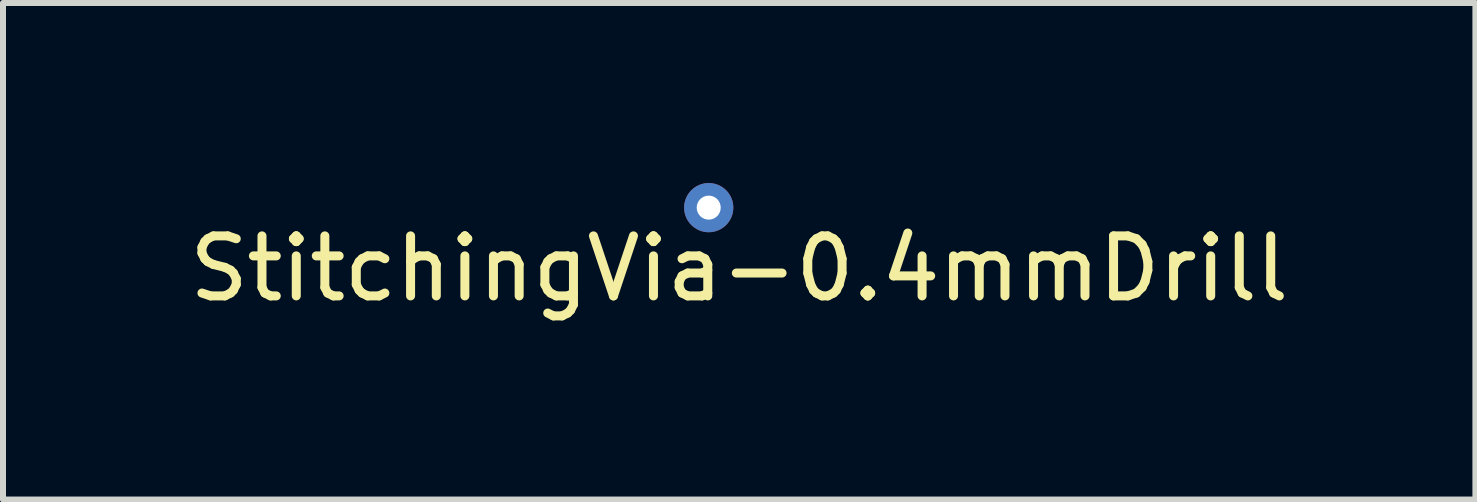
<source format=kicad_pcb>
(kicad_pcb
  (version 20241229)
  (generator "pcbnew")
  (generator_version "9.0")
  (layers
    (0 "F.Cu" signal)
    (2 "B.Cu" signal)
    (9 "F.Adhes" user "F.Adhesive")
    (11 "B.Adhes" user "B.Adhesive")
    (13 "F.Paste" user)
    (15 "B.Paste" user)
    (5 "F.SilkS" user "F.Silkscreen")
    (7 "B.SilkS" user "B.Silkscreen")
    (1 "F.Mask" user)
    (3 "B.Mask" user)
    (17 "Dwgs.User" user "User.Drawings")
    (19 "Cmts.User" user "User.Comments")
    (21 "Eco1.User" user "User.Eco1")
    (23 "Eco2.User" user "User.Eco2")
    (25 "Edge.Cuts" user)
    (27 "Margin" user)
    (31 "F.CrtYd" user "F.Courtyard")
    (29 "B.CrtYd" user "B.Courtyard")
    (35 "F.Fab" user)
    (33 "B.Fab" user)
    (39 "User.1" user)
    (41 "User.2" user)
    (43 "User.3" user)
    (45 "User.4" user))
  (footprint "StitchingVia-0.4mmDrill"
    (layer "F.Cu")
    (at 8.76 0.41)
    (property "Reference" "StitchingVia-0.4mmDrill" (at 0.508 1.016 0) (layer "F.SilkS") (effects (font (size 1 1) (thickness 0.15))))
    (attr through_hole board_only exclude_from_pos_files exclude_from_bom)
    (pad "1" thru_hole circle (at 0 0) (size 0.82 0.82) (drill 0.4) (layers "*.Cu")))
  (gr_rect
    (start -3 -3)
    (end 21.536 5.274)
    (stroke (width 0.1) (type default))
    (fill no)
    (layer "Edge.Cuts")))
</source>
